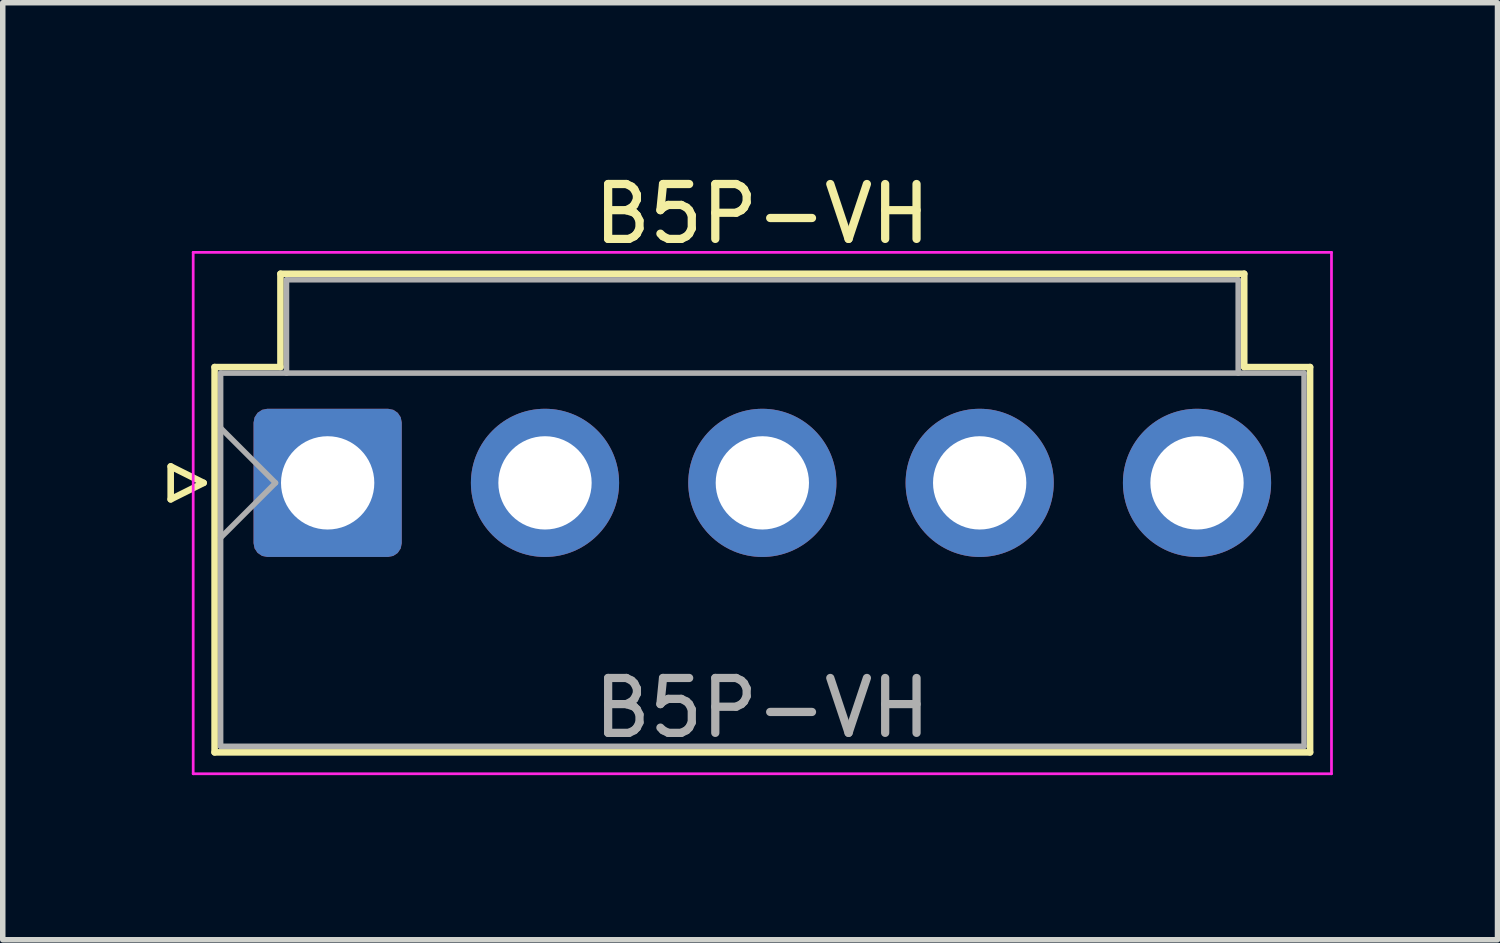
<source format=kicad_pcb>
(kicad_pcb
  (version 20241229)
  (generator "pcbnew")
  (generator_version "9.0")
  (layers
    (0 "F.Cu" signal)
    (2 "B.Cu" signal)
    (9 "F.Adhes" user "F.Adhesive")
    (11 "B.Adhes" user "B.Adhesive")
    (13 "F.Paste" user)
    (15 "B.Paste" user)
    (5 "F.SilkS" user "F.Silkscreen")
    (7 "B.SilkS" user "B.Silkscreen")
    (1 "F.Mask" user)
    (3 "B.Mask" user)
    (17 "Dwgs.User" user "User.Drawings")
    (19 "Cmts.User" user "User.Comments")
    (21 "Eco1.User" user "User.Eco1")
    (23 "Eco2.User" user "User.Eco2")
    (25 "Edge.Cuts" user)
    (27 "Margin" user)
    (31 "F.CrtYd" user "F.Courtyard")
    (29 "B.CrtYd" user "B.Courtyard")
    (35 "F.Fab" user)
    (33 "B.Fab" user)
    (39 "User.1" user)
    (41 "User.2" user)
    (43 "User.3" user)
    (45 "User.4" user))
  (footprint "B5P-VH"
    (layer "F.Cu")
    (at 2.92 5.748)
    (property "Reference" "B5P-VH" (at 7.92 -4.9 0) (layer "F.SilkS") (effects (font (size 1 1) (thickness 0.15))))
    (attr through_hole)
    (fp_line (start -2.86 -0.3) (end -2.26 0) (stroke (width 0.12) (type solid)) (layer "F.SilkS"))
    (fp_line (start -2.86 0.3) (end -2.86 -0.3) (stroke (width 0.12) (type solid)) (layer "F.SilkS"))
    (fp_line (start -2.26 0) (end -2.86 0.3) (stroke (width 0.12) (type solid)) (layer "F.SilkS"))
    (fp_line (start -2.06 -2.11) (end -0.86 -2.11) (stroke (width 0.12) (type solid)) (layer "F.SilkS"))
    (fp_line (start -2.06 4.91) (end -2.06 -2.11) (stroke (width 0.12) (type solid)) (layer "F.SilkS"))
    (fp_line (start -0.86 -3.81) (end 16.7 -3.81) (stroke (width 0.12) (type solid)) (layer "F.SilkS"))
    (fp_line (start -0.86 -2.11) (end -0.86 -3.81) (stroke (width 0.12) (type solid)) (layer "F.SilkS"))
    (fp_line (start 16.7 -3.81) (end 16.7 -2.11) (stroke (width 0.12) (type solid)) (layer "F.SilkS"))
    (fp_line (start 16.7 -2.11) (end 17.9 -2.11) (stroke (width 0.12) (type solid)) (layer "F.SilkS"))
    (fp_line (start 17.9 -2.11) (end 17.9 4.91) (stroke (width 0.12) (type solid)) (layer "F.SilkS"))
    (fp_line (start 17.9 4.91) (end -2.06 4.91) (stroke (width 0.12) (type solid)) (layer "F.SilkS"))
    (fp_line (start -2.45 -4.2) (end -2.45 5.3) (stroke (width 0.05) (type solid)) (layer "F.CrtYd"))
    (fp_line (start -2.45 5.3) (end 18.29 5.3) (stroke (width 0.05) (type solid)) (layer "F.CrtYd"))
    (fp_line (start 18.29 -4.2) (end -2.45 -4.2) (stroke (width 0.05) (type solid)) (layer "F.CrtYd"))
    (fp_line (start 18.29 5.3) (end 18.29 -4.2) (stroke (width 0.05) (type solid)) (layer "F.CrtYd"))
    (fp_line (start -1.95 -2) (end -1.95 4.8) (stroke (width 0.1) (type solid)) (layer "F.Fab"))
    (fp_line (start -1.95 -1) (end -0.95 0) (stroke (width 0.1) (type solid)) (layer "F.Fab"))
    (fp_line (start -1.95 1) (end -0.95 0) (stroke (width 0.1) (type solid)) (layer "F.Fab"))
    (fp_line (start -1.95 4.8) (end 17.79 4.8) (stroke (width 0.1) (type solid)) (layer "F.Fab"))
    (fp_line (start -0.75 -3.7) (end 16.59 -3.7) (stroke (width 0.1) (type solid)) (layer "F.Fab"))
    (fp_line (start -0.75 -2) (end -0.75 -3.7) (stroke (width 0.1) (type solid)) (layer "F.Fab"))
    (fp_line (start 16.59 -3.7) (end 16.59 -2) (stroke (width 0.1) (type solid)) (layer "F.Fab"))
    (fp_line (start 17.79 -2) (end -1.95 -2) (stroke (width 0.1) (type solid)) (layer "F.Fab"))
    (fp_line (start 17.79 4.8) (end 17.79 -2) (stroke (width 0.1) (type solid)) (layer "F.Fab"))
    (fp_text user "${REFERENCE}" (at 7.92 4.1 0) (layer "F.Fab") (effects (font (size 1 1) (thickness 0.15))))
    (pad "1" thru_hole roundrect (at 0 0) (size 2.7 2.7) (drill 1.7) (layers "*.Cu" "*.Mask") (roundrect_rratio 0.093))
    (pad "2" thru_hole circle (at 3.96 0) (size 2.7 2.7) (drill 1.7) (layers "*.Cu" "*.Mask"))
    (pad "3" thru_hole circle (at 7.92 0) (size 2.7 2.7) (drill 1.7) (layers "*.Cu" "*.Mask"))
    (pad "4" thru_hole circle (at 11.88 0) (size 2.7 2.7) (drill 1.7) (layers "*.Cu" "*.Mask"))
    (pad "5" thru_hole circle (at 15.84 0) (size 2.7 2.7) (drill 1.7) (layers "*.Cu" "*.Mask")))
  (gr_rect
    (start -3 -3)
    (end 24.235 14.073)
    (stroke (width 0.1) (type default))
    (fill no)
    (layer "Edge.Cuts")))
</source>
